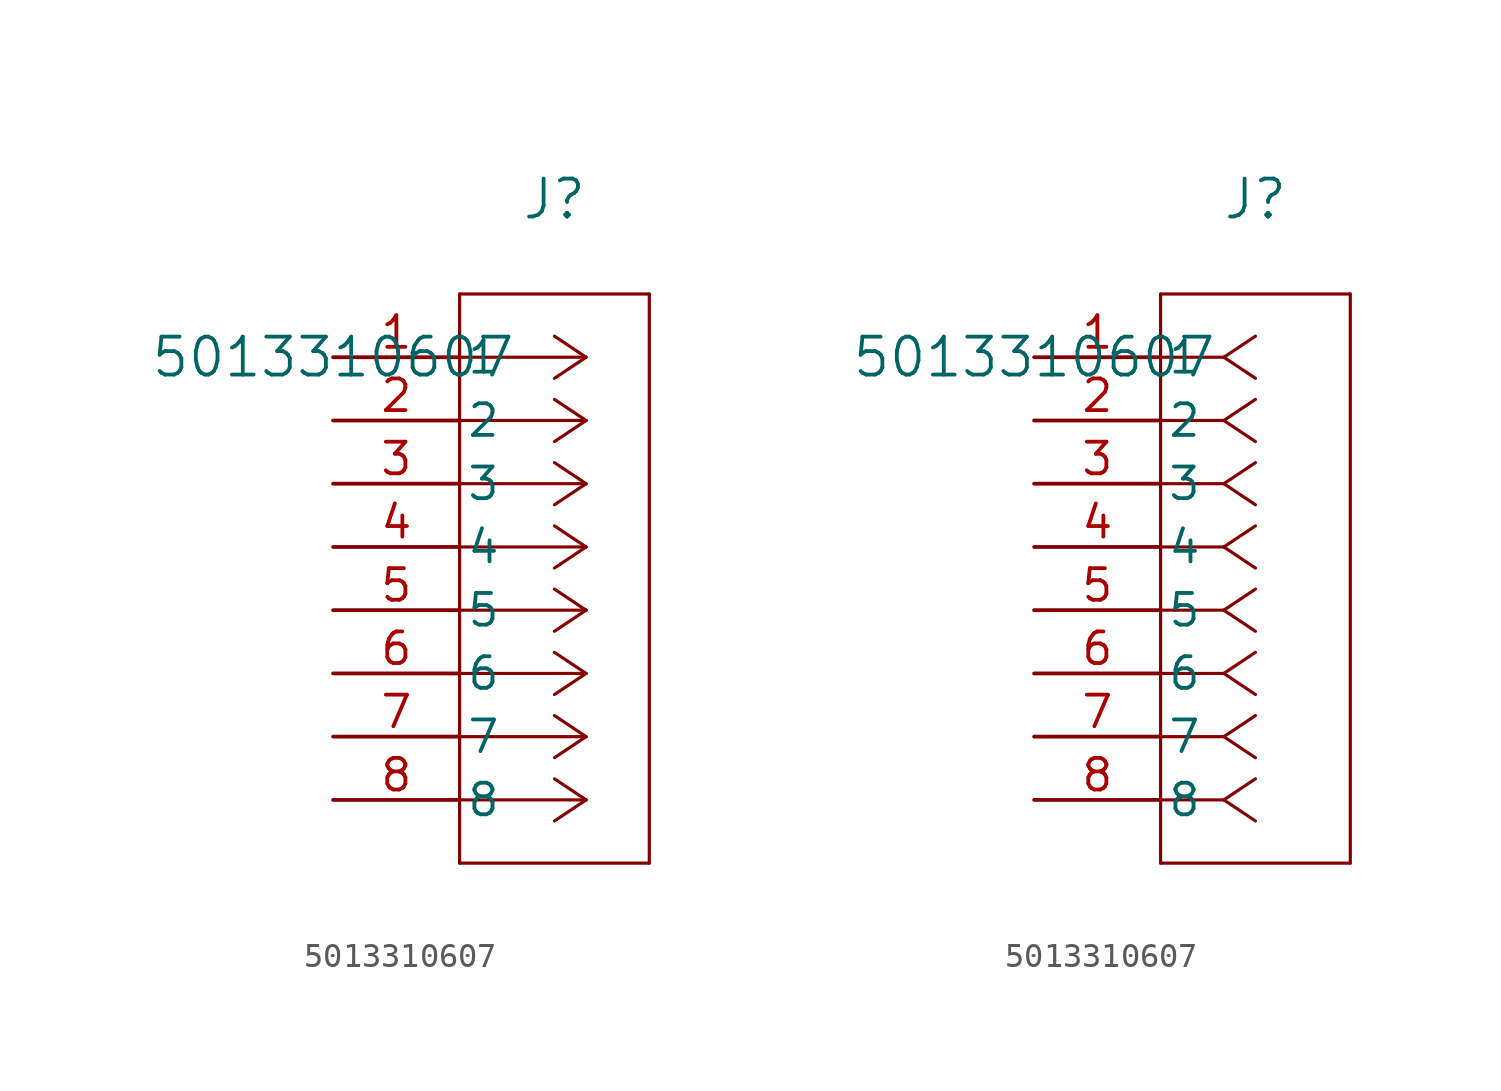
<source format=kicad_sym>
(kicad_symbol_lib
  (version 20231120)
  (generator "kicad_symbol_editor")
  (generator_version "8.0")
  (symbol "5013310607"
    (pin_names
      (offset 0.254))
    (property "Reference" "J"
      (at 8.89 6.35 0)
      (effects (font (size 1.524 1.524))))
    (property "Value" "5013310607"
      (at 0 0 0)
      (effects (font (size 1.524 1.524))))
    (property "ki_locked" ""
      (at 0 0 0)
      (effects (font (size 1.27 1.27))))
    (symbol "5013310607_1_1"
      (polyline (pts (xy 5.08 -20.32) (xy 12.7 -20.32)) (stroke (width 0.127) (type default)) (fill (type none)))
      (polyline (pts (xy 5.08 2.54) (xy 5.08 -20.32)) (stroke (width 0.127) (type default)) (fill (type none)))
      (polyline (pts (xy 10.16 -17.78) (xy 5.08 -17.78)) (stroke (width 0.127) (type default)) (fill (type none)))
      (polyline (pts (xy 10.16 -17.78) (xy 8.89 -18.627)) (stroke (width 0.127) (type default)) (fill (type none)))
      (polyline (pts (xy 10.16 -17.78) (xy 8.89 -16.933)) (stroke (width 0.127) (type default)) (fill (type none)))
      (polyline (pts (xy 10.16 -15.24) (xy 5.08 -15.24)) (stroke (width 0.127) (type default)) (fill (type none)))
      (polyline (pts (xy 10.16 -15.24) (xy 8.89 -16.087)) (stroke (width 0.127) (type default)) (fill (type none)))
      (polyline (pts (xy 10.16 -15.24) (xy 8.89 -14.393)) (stroke (width 0.127) (type default)) (fill (type none)))
      (polyline (pts (xy 10.16 -12.7) (xy 5.08 -12.7)) (stroke (width 0.127) (type default)) (fill (type none)))
      (polyline (pts (xy 10.16 -12.7) (xy 8.89 -13.547)) (stroke (width 0.127) (type default)) (fill (type none)))
      (polyline (pts (xy 10.16 -12.7) (xy 8.89 -11.853)) (stroke (width 0.127) (type default)) (fill (type none)))
      (polyline (pts (xy 10.16 -10.16) (xy 5.08 -10.16)) (stroke (width 0.127) (type default)) (fill (type none)))
      (polyline (pts (xy 10.16 -10.16) (xy 8.89 -11.007)) (stroke (width 0.127) (type default)) (fill (type none)))
      (polyline (pts (xy 10.16 -10.16) (xy 8.89 -9.313)) (stroke (width 0.127) (type default)) (fill (type none)))
      (polyline (pts (xy 10.16 -7.62) (xy 5.08 -7.62)) (stroke (width 0.127) (type default)) (fill (type none)))
      (polyline (pts (xy 10.16 -7.62) (xy 8.89 -8.467)) (stroke (width 0.127) (type default)) (fill (type none)))
      (polyline (pts (xy 10.16 -7.62) (xy 8.89 -6.773)) (stroke (width 0.127) (type default)) (fill (type none)))
      (polyline (pts (xy 10.16 -5.08) (xy 5.08 -5.08)) (stroke (width 0.127) (type default)) (fill (type none)))
      (polyline (pts (xy 10.16 -5.08) (xy 8.89 -5.927)) (stroke (width 0.127) (type default)) (fill (type none)))
      (polyline (pts (xy 10.16 -5.08) (xy 8.89 -4.233)) (stroke (width 0.127) (type default)) (fill (type none)))
      (polyline (pts (xy 10.16 -2.54) (xy 5.08 -2.54)) (stroke (width 0.127) (type default)) (fill (type none)))
      (polyline (pts (xy 10.16 -2.54) (xy 8.89 -3.387)) (stroke (width 0.127) (type default)) (fill (type none)))
      (polyline (pts (xy 10.16 -2.54) (xy 8.89 -1.693)) (stroke (width 0.127) (type default)) (fill (type none)))
      (polyline (pts (xy 10.16 0) (xy 5.08 0)) (stroke (width 0.127) (type default)) (fill (type none)))
      (polyline (pts (xy 10.16 0) (xy 8.89 -0.847)) (stroke (width 0.127) (type default)) (fill (type none)))
      (polyline (pts (xy 10.16 0) (xy 8.89 0.847)) (stroke (width 0.127) (type default)) (fill (type none)))
      (polyline (pts (xy 12.7 -20.32) (xy 12.7 2.54)) (stroke (width 0.127) (type default)) (fill (type none)))
      (polyline (pts (xy 12.7 2.54) (xy 5.08 2.54)) (stroke (width 0.127) (type default)) (fill (type none)))
      (pin unspecified line (at 0 0 0) (length 5.08) (name "1" (effects (font (size 1.27 1.27)))) (number "1" (effects (font (size 1.27 1.27)))))
      (pin unspecified line (at 0 -2.54 0) (length 5.08) (name "2" (effects (font (size 1.27 1.27)))) (number "2" (effects (font (size 1.27 1.27)))))
      (pin unspecified line (at 0 -5.08 0) (length 5.08) (name "3" (effects (font (size 1.27 1.27)))) (number "3" (effects (font (size 1.27 1.27)))))
      (pin unspecified line (at 0 -7.62 0) (length 5.08) (name "4" (effects (font (size 1.27 1.27)))) (number "4" (effects (font (size 1.27 1.27)))))
      (pin unspecified line (at 0 -10.16 0) (length 5.08) (name "5" (effects (font (size 1.27 1.27)))) (number "5" (effects (font (size 1.27 1.27)))))
      (pin unspecified line (at 0 -12.7 0) (length 5.08) (name "6" (effects (font (size 1.27 1.27)))) (number "6" (effects (font (size 1.27 1.27)))))
      (pin unspecified line (at 0 -15.24 0) (length 5.08) (name "7" (effects (font (size 1.27 1.27)))) (number "7" (effects (font (size 1.27 1.27)))))
      (pin unspecified line (at 0 -17.78 0) (length 5.08) (name "8" (effects (font (size 1.27 1.27)))) (number "8" (effects (font (size 1.27 1.27))))))
    (symbol "5013310607_1_2"
      (polyline (pts (xy 5.08 -20.32) (xy 12.7 -20.32)) (stroke (width 0.127) (type default)) (fill (type none)))
      (polyline (pts (xy 5.08 2.54) (xy 5.08 -20.32)) (stroke (width 0.127) (type default)) (fill (type none)))
      (polyline (pts (xy 7.62 -17.78) (xy 5.08 -17.78)) (stroke (width 0.127) (type default)) (fill (type none)))
      (polyline (pts (xy 7.62 -17.78) (xy 8.89 -18.627)) (stroke (width 0.127) (type default)) (fill (type none)))
      (polyline (pts (xy 7.62 -17.78) (xy 8.89 -16.933)) (stroke (width 0.127) (type default)) (fill (type none)))
      (polyline (pts (xy 7.62 -15.24) (xy 5.08 -15.24)) (stroke (width 0.127) (type default)) (fill (type none)))
      (polyline (pts (xy 7.62 -15.24) (xy 8.89 -16.087)) (stroke (width 0.127) (type default)) (fill (type none)))
      (polyline (pts (xy 7.62 -15.24) (xy 8.89 -14.393)) (stroke (width 0.127) (type default)) (fill (type none)))
      (polyline (pts (xy 7.62 -12.7) (xy 5.08 -12.7)) (stroke (width 0.127) (type default)) (fill (type none)))
      (polyline (pts (xy 7.62 -12.7) (xy 8.89 -13.547)) (stroke (width 0.127) (type default)) (fill (type none)))
      (polyline (pts (xy 7.62 -12.7) (xy 8.89 -11.853)) (stroke (width 0.127) (type default)) (fill (type none)))
      (polyline (pts (xy 7.62 -10.16) (xy 5.08 -10.16)) (stroke (width 0.127) (type default)) (fill (type none)))
      (polyline (pts (xy 7.62 -10.16) (xy 8.89 -11.007)) (stroke (width 0.127) (type default)) (fill (type none)))
      (polyline (pts (xy 7.62 -10.16) (xy 8.89 -9.313)) (stroke (width 0.127) (type default)) (fill (type none)))
      (polyline (pts (xy 7.62 -7.62) (xy 5.08 -7.62)) (stroke (width 0.127) (type default)) (fill (type none)))
      (polyline (pts (xy 7.62 -7.62) (xy 8.89 -8.467)) (stroke (width 0.127) (type default)) (fill (type none)))
      (polyline (pts (xy 7.62 -7.62) (xy 8.89 -6.773)) (stroke (width 0.127) (type default)) (fill (type none)))
      (polyline (pts (xy 7.62 -5.08) (xy 5.08 -5.08)) (stroke (width 0.127) (type default)) (fill (type none)))
      (polyline (pts (xy 7.62 -5.08) (xy 8.89 -5.927)) (stroke (width 0.127) (type default)) (fill (type none)))
      (polyline (pts (xy 7.62 -5.08) (xy 8.89 -4.233)) (stroke (width 0.127) (type default)) (fill (type none)))
      (polyline (pts (xy 7.62 -2.54) (xy 5.08 -2.54)) (stroke (width 0.127) (type default)) (fill (type none)))
      (polyline (pts (xy 7.62 -2.54) (xy 8.89 -3.387)) (stroke (width 0.127) (type default)) (fill (type none)))
      (polyline (pts (xy 7.62 -2.54) (xy 8.89 -1.693)) (stroke (width 0.127) (type default)) (fill (type none)))
      (polyline (pts (xy 7.62 0) (xy 5.08 0)) (stroke (width 0.127) (type default)) (fill (type none)))
      (polyline (pts (xy 7.62 0) (xy 8.89 -0.847)) (stroke (width 0.127) (type default)) (fill (type none)))
      (polyline (pts (xy 7.62 0) (xy 8.89 0.847)) (stroke (width 0.127) (type default)) (fill (type none)))
      (polyline (pts (xy 12.7 -20.32) (xy 12.7 2.54)) (stroke (width 0.127) (type default)) (fill (type none)))
      (polyline (pts (xy 12.7 2.54) (xy 5.08 2.54)) (stroke (width 0.127) (type default)) (fill (type none)))
      (pin unspecified line (at 0 0 0) (length 5.08) (name "1" (effects (font (size 1.27 1.27)))) (number "1" (effects (font (size 1.27 1.27)))))
      (pin unspecified line (at 0 -2.54 0) (length 5.08) (name "2" (effects (font (size 1.27 1.27)))) (number "2" (effects (font (size 1.27 1.27)))))
      (pin unspecified line (at 0 -5.08 0) (length 5.08) (name "3" (effects (font (size 1.27 1.27)))) (number "3" (effects (font (size 1.27 1.27)))))
      (pin unspecified line (at 0 -7.62 0) (length 5.08) (name "4" (effects (font (size 1.27 1.27)))) (number "4" (effects (font (size 1.27 1.27)))))
      (pin unspecified line (at 0 -10.16 0) (length 5.08) (name "5" (effects (font (size 1.27 1.27)))) (number "5" (effects (font (size 1.27 1.27)))))
      (pin unspecified line (at 0 -12.7 0) (length 5.08) (name "6" (effects (font (size 1.27 1.27)))) (number "6" (effects (font (size 1.27 1.27)))))
      (pin unspecified line (at 0 -15.24 0) (length 5.08) (name "7" (effects (font (size 1.27 1.27)))) (number "7" (effects (font (size 1.27 1.27)))))
      (pin unspecified line (at 0 -17.78 0) (length 5.08) (name "8" (effects (font (size 1.27 1.27)))) (number "8" (effects (font (size 1.27 1.27))))))))
</source>
